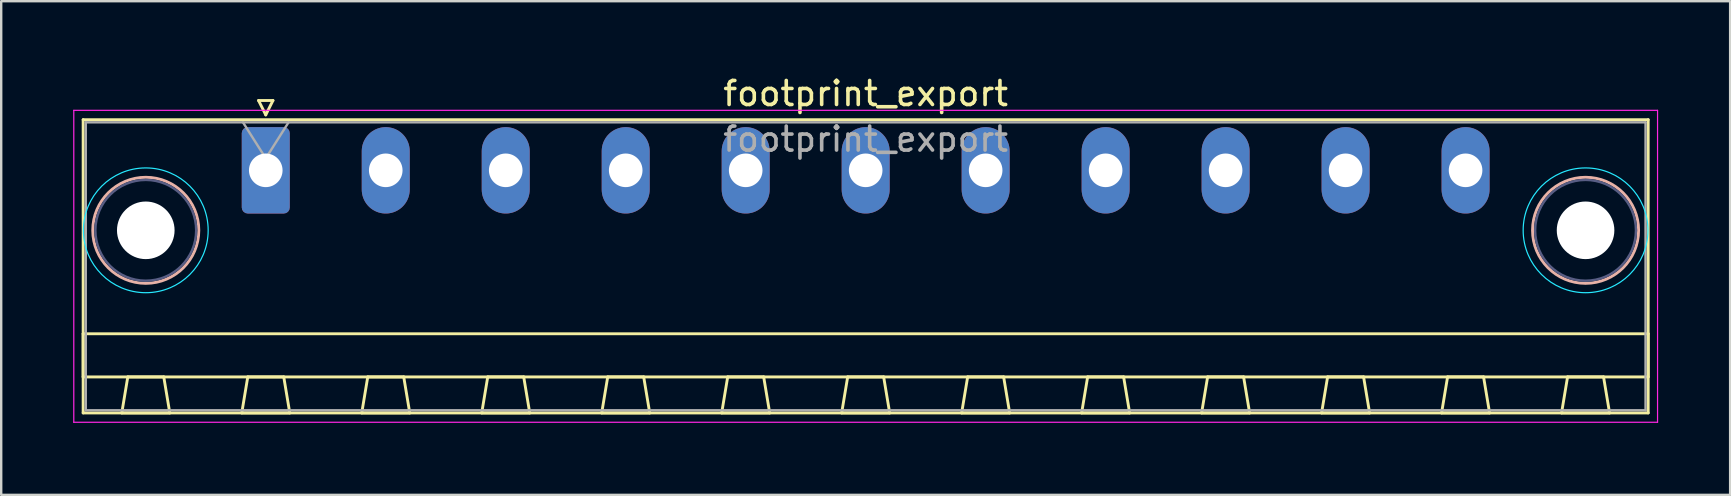
<source format=kicad_pcb>
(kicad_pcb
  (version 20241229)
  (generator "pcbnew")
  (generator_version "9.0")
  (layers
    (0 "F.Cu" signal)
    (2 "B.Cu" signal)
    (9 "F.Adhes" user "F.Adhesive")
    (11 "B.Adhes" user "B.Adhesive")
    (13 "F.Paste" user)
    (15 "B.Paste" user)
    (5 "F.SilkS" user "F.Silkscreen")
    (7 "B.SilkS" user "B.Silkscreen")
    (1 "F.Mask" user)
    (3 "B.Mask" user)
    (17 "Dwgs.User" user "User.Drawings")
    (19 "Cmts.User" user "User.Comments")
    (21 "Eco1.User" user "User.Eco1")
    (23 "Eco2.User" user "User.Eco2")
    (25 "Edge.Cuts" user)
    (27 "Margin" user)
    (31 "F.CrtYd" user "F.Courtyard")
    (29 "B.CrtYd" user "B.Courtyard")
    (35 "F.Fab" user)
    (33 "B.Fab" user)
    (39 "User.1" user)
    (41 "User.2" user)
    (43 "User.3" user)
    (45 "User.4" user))
  (footprint "footprint_export"
    (layer "F.Cu")
    (at 8.025 4.048)
    (property "Reference" "footprint_export" (at 25 -3.2 0) (layer "F.SilkS") (effects (font (size 1 1) (thickness 0.15))))
    (attr through_hole)
    (fp_line (start -7.61 -2.11) (end -7.61 10.11) (stroke (width 0.12) (type solid)) (layer "F.SilkS"))
    (fp_line (start -7.61 6.81) (end 57.61 6.81) (stroke (width 0.12) (type solid)) (layer "F.SilkS"))
    (fp_line (start -7.61 8.61) (end -7.61 6.81) (stroke (width 0.12) (type solid)) (layer "F.SilkS"))
    (fp_line (start -7.61 10.11) (end 57.61 10.11) (stroke (width 0.12) (type solid)) (layer "F.SilkS"))
    (fp_line (start -6 10.11) (end -4 10.11) (stroke (width 0.12) (type solid)) (layer "F.SilkS"))
    (fp_line (start -5.75 8.61) (end -6 10.11) (stroke (width 0.12) (type solid)) (layer "F.SilkS"))
    (fp_line (start -4.25 8.61) (end -5.75 8.61) (stroke (width 0.12) (type solid)) (layer "F.SilkS"))
    (fp_line (start -4 10.11) (end -4.25 8.61) (stroke (width 0.12) (type solid)) (layer "F.SilkS"))
    (fp_line (start -1 10.11) (end 1 10.11) (stroke (width 0.12) (type solid)) (layer "F.SilkS"))
    (fp_line (start -0.75 8.61) (end -1 10.11) (stroke (width 0.12) (type solid)) (layer "F.SilkS"))
    (fp_line (start -0.3 -2.91) (end 0.3 -2.91) (stroke (width 0.12) (type solid)) (layer "F.SilkS"))
    (fp_line (start 0 -2.31) (end -0.3 -2.91) (stroke (width 0.12) (type solid)) (layer "F.SilkS"))
    (fp_line (start 0.3 -2.91) (end 0 -2.31) (stroke (width 0.12) (type solid)) (layer "F.SilkS"))
    (fp_line (start 0.75 8.61) (end -0.75 8.61) (stroke (width 0.12) (type solid)) (layer "F.SilkS"))
    (fp_line (start 1 10.11) (end 0.75 8.61) (stroke (width 0.12) (type solid)) (layer "F.SilkS"))
    (fp_line (start 4 10.11) (end 6 10.11) (stroke (width 0.12) (type solid)) (layer "F.SilkS"))
    (fp_line (start 4.25 8.61) (end 4 10.11) (stroke (width 0.12) (type solid)) (layer "F.SilkS"))
    (fp_line (start 5.75 8.61) (end 4.25 8.61) (stroke (width 0.12) (type solid)) (layer "F.SilkS"))
    (fp_line (start 6 10.11) (end 5.75 8.61) (stroke (width 0.12) (type solid)) (layer "F.SilkS"))
    (fp_line (start 9 10.11) (end 11 10.11) (stroke (width 0.12) (type solid)) (layer "F.SilkS"))
    (fp_line (start 9.25 8.61) (end 9 10.11) (stroke (width 0.12) (type solid)) (layer "F.SilkS"))
    (fp_line (start 10.75 8.61) (end 9.25 8.61) (stroke (width 0.12) (type solid)) (layer "F.SilkS"))
    (fp_line (start 11 10.11) (end 10.75 8.61) (stroke (width 0.12) (type solid)) (layer "F.SilkS"))
    (fp_line (start 14 10.11) (end 16 10.11) (stroke (width 0.12) (type solid)) (layer "F.SilkS"))
    (fp_line (start 14.25 8.61) (end 14 10.11) (stroke (width 0.12) (type solid)) (layer "F.SilkS"))
    (fp_line (start 15.75 8.61) (end 14.25 8.61) (stroke (width 0.12) (type solid)) (layer "F.SilkS"))
    (fp_line (start 16 10.11) (end 15.75 8.61) (stroke (width 0.12) (type solid)) (layer "F.SilkS"))
    (fp_line (start 19 10.11) (end 21 10.11) (stroke (width 0.12) (type solid)) (layer "F.SilkS"))
    (fp_line (start 19.25 8.61) (end 19 10.11) (stroke (width 0.12) (type solid)) (layer "F.SilkS"))
    (fp_line (start 20.75 8.61) (end 19.25 8.61) (stroke (width 0.12) (type solid)) (layer "F.SilkS"))
    (fp_line (start 21 10.11) (end 20.75 8.61) (stroke (width 0.12) (type solid)) (layer "F.SilkS"))
    (fp_line (start 24 10.11) (end 26 10.11) (stroke (width 0.12) (type solid)) (layer "F.SilkS"))
    (fp_line (start 24.25 8.61) (end 24 10.11) (stroke (width 0.12) (type solid)) (layer "F.SilkS"))
    (fp_line (start 25.75 8.61) (end 24.25 8.61) (stroke (width 0.12) (type solid)) (layer "F.SilkS"))
    (fp_line (start 26 10.11) (end 25.75 8.61) (stroke (width 0.12) (type solid)) (layer "F.SilkS"))
    (fp_line (start 29 10.11) (end 31 10.11) (stroke (width 0.12) (type solid)) (layer "F.SilkS"))
    (fp_line (start 29.25 8.61) (end 29 10.11) (stroke (width 0.12) (type solid)) (layer "F.SilkS"))
    (fp_line (start 30.75 8.61) (end 29.25 8.61) (stroke (width 0.12) (type solid)) (layer "F.SilkS"))
    (fp_line (start 31 10.11) (end 30.75 8.61) (stroke (width 0.12) (type solid)) (layer "F.SilkS"))
    (fp_line (start 34 10.11) (end 36 10.11) (stroke (width 0.12) (type solid)) (layer "F.SilkS"))
    (fp_line (start 34.25 8.61) (end 34 10.11) (stroke (width 0.12) (type solid)) (layer "F.SilkS"))
    (fp_line (start 35.75 8.61) (end 34.25 8.61) (stroke (width 0.12) (type solid)) (layer "F.SilkS"))
    (fp_line (start 36 10.11) (end 35.75 8.61) (stroke (width 0.12) (type solid)) (layer "F.SilkS"))
    (fp_line (start 39 10.11) (end 41 10.11) (stroke (width 0.12) (type solid)) (layer "F.SilkS"))
    (fp_line (start 39.25 8.61) (end 39 10.11) (stroke (width 0.12) (type solid)) (layer "F.SilkS"))
    (fp_line (start 40.75 8.61) (end 39.25 8.61) (stroke (width 0.12) (type solid)) (layer "F.SilkS"))
    (fp_line (start 41 10.11) (end 40.75 8.61) (stroke (width 0.12) (type solid)) (layer "F.SilkS"))
    (fp_line (start 44 10.11) (end 46 10.11) (stroke (width 0.12) (type solid)) (layer "F.SilkS"))
    (fp_line (start 44.25 8.61) (end 44 10.11) (stroke (width 0.12) (type solid)) (layer "F.SilkS"))
    (fp_line (start 45.75 8.61) (end 44.25 8.61) (stroke (width 0.12) (type solid)) (layer "F.SilkS"))
    (fp_line (start 46 10.11) (end 45.75 8.61) (stroke (width 0.12) (type solid)) (layer "F.SilkS"))
    (fp_line (start 49 10.11) (end 51 10.11) (stroke (width 0.12) (type solid)) (layer "F.SilkS"))
    (fp_line (start 49.25 8.61) (end 49 10.11) (stroke (width 0.12) (type solid)) (layer "F.SilkS"))
    (fp_line (start 50.75 8.61) (end 49.25 8.61) (stroke (width 0.12) (type solid)) (layer "F.SilkS"))
    (fp_line (start 51 10.11) (end 50.75 8.61) (stroke (width 0.12) (type solid)) (layer "F.SilkS"))
    (fp_line (start 54 10.11) (end 56 10.11) (stroke (width 0.12) (type solid)) (layer "F.SilkS"))
    (fp_line (start 54.25 8.61) (end 54 10.11) (stroke (width 0.12) (type solid)) (layer "F.SilkS"))
    (fp_line (start 55.75 8.61) (end 54.25 8.61) (stroke (width 0.12) (type solid)) (layer "F.SilkS"))
    (fp_line (start 56 10.11) (end 55.75 8.61) (stroke (width 0.12) (type solid)) (layer "F.SilkS"))
    (fp_line (start 57.61 -2.11) (end -7.61 -2.11) (stroke (width 0.12) (type solid)) (layer "F.SilkS"))
    (fp_line (start 57.61 6.81) (end 57.61 8.61) (stroke (width 0.12) (type solid)) (layer "F.SilkS"))
    (fp_line (start 57.61 8.61) (end -7.61 8.61) (stroke (width 0.12) (type solid)) (layer "F.SilkS"))
    (fp_line (start 57.61 10.11) (end 57.61 -2.11) (stroke (width 0.12) (type solid)) (layer "F.SilkS"))
    (fp_circle (center -5 2.5) (end -2.79 2.5) (stroke (width 0.12) (type solid)) (fill no) (layer "B.SilkS"))
    (fp_circle (center 55 2.5) (end 57.21 2.5) (stroke (width 0.12) (type solid)) (fill no) (layer "B.SilkS"))
    (fp_circle (center -5 2.5) (end -2.4 2.5) (stroke (width 0.05) (type solid)) (fill no) (layer "B.CrtYd"))
    (fp_circle (center 55 2.5) (end 57.6 2.5) (stroke (width 0.05) (type solid)) (fill no) (layer "B.CrtYd"))
    (fp_line (start -8 -2.5) (end -8 10.5) (stroke (width 0.05) (type solid)) (layer "F.CrtYd"))
    (fp_line (start -8 10.5) (end 58 10.5) (stroke (width 0.05) (type solid)) (layer "F.CrtYd"))
    (fp_line (start 58 -2.5) (end -8 -2.5) (stroke (width 0.05) (type solid)) (layer "F.CrtYd"))
    (fp_line (start 58 10.5) (end 58 -2.5) (stroke (width 0.05) (type solid)) (layer "F.CrtYd"))
    (fp_circle (center -5 2.5) (end -2.9 2.5) (stroke (width 0.1) (type solid)) (fill no) (layer "B.Fab"))
    (fp_circle (center 55 2.5) (end 57.1 2.5) (stroke (width 0.1) (type solid)) (fill no) (layer "B.Fab"))
    (fp_line (start -7.5 -2) (end -7.5 10) (stroke (width 0.1) (type solid)) (layer "F.Fab"))
    (fp_line (start -7.5 10) (end 57.5 10) (stroke (width 0.1) (type solid)) (layer "F.Fab"))
    (fp_line (start 0 -0.5) (end -0.95 -2) (stroke (width 0.1) (type solid)) (layer "F.Fab"))
    (fp_line (start 0.95 -2) (end 0 -0.5) (stroke (width 0.1) (type solid)) (layer "F.Fab"))
    (fp_line (start 57.5 -2) (end -7.5 -2) (stroke (width 0.1) (type solid)) (layer "F.Fab"))
    (fp_line (start 57.5 10) (end 57.5 -2) (stroke (width 0.1) (type solid)) (layer "F.Fab"))
    (fp_text user "${REFERENCE}" (at 25 -1.3 0) (layer "F.Fab") (effects (font (size 1 1) (thickness 0.15))))
    (pad "" np_thru_hole circle (at -5 2.5) (size 2.4 2.4) (drill 2.4) (layers "*.Cu" "*.Mask"))
    (pad "" np_thru_hole circle (at 55 2.5) (size 2.4 2.4) (drill 2.4) (layers "*.Cu" "*.Mask"))
    (pad "1" thru_hole roundrect (at 0 0) (size 2 3.6) (drill 1.4) (layers "*.Cu" "*.Mask") (roundrect_rratio 0.125))
    (pad "2" thru_hole oval (at 5 0) (size 2 3.6) (drill 1.4) (layers "*.Cu" "*.Mask"))
    (pad "3" thru_hole oval (at 10 0) (size 2 3.6) (drill 1.4) (layers "*.Cu" "*.Mask"))
    (pad "4" thru_hole oval (at 15 0) (size 2 3.6) (drill 1.4) (layers "*.Cu" "*.Mask"))
    (pad "5" thru_hole oval (at 20 0) (size 2 3.6) (drill 1.4) (layers "*.Cu" "*.Mask"))
    (pad "6" thru_hole oval (at 25 0) (size 2 3.6) (drill 1.4) (layers "*.Cu" "*.Mask"))
    (pad "7" thru_hole oval (at 30 0) (size 2 3.6) (drill 1.4) (layers "*.Cu" "*.Mask"))
    (pad "8" thru_hole oval (at 35 0) (size 2 3.6) (drill 1.4) (layers "*.Cu" "*.Mask"))
    (pad "9" thru_hole oval (at 40 0) (size 2 3.6) (drill 1.4) (layers "*.Cu" "*.Mask"))
    (pad "10" thru_hole oval (at 45 0) (size 2 3.6) (drill 1.4) (layers "*.Cu" "*.Mask"))
    (pad "11" thru_hole oval (at 50 0) (size 2 3.6) (drill 1.4) (layers "*.Cu" "*.Mask")))
  (gr_rect
    (start -3 -3)
    (end 69.05 17.573)
    (stroke (width 0.1) (type default))
    (fill no)
    (layer "Edge.Cuts")))
</source>
